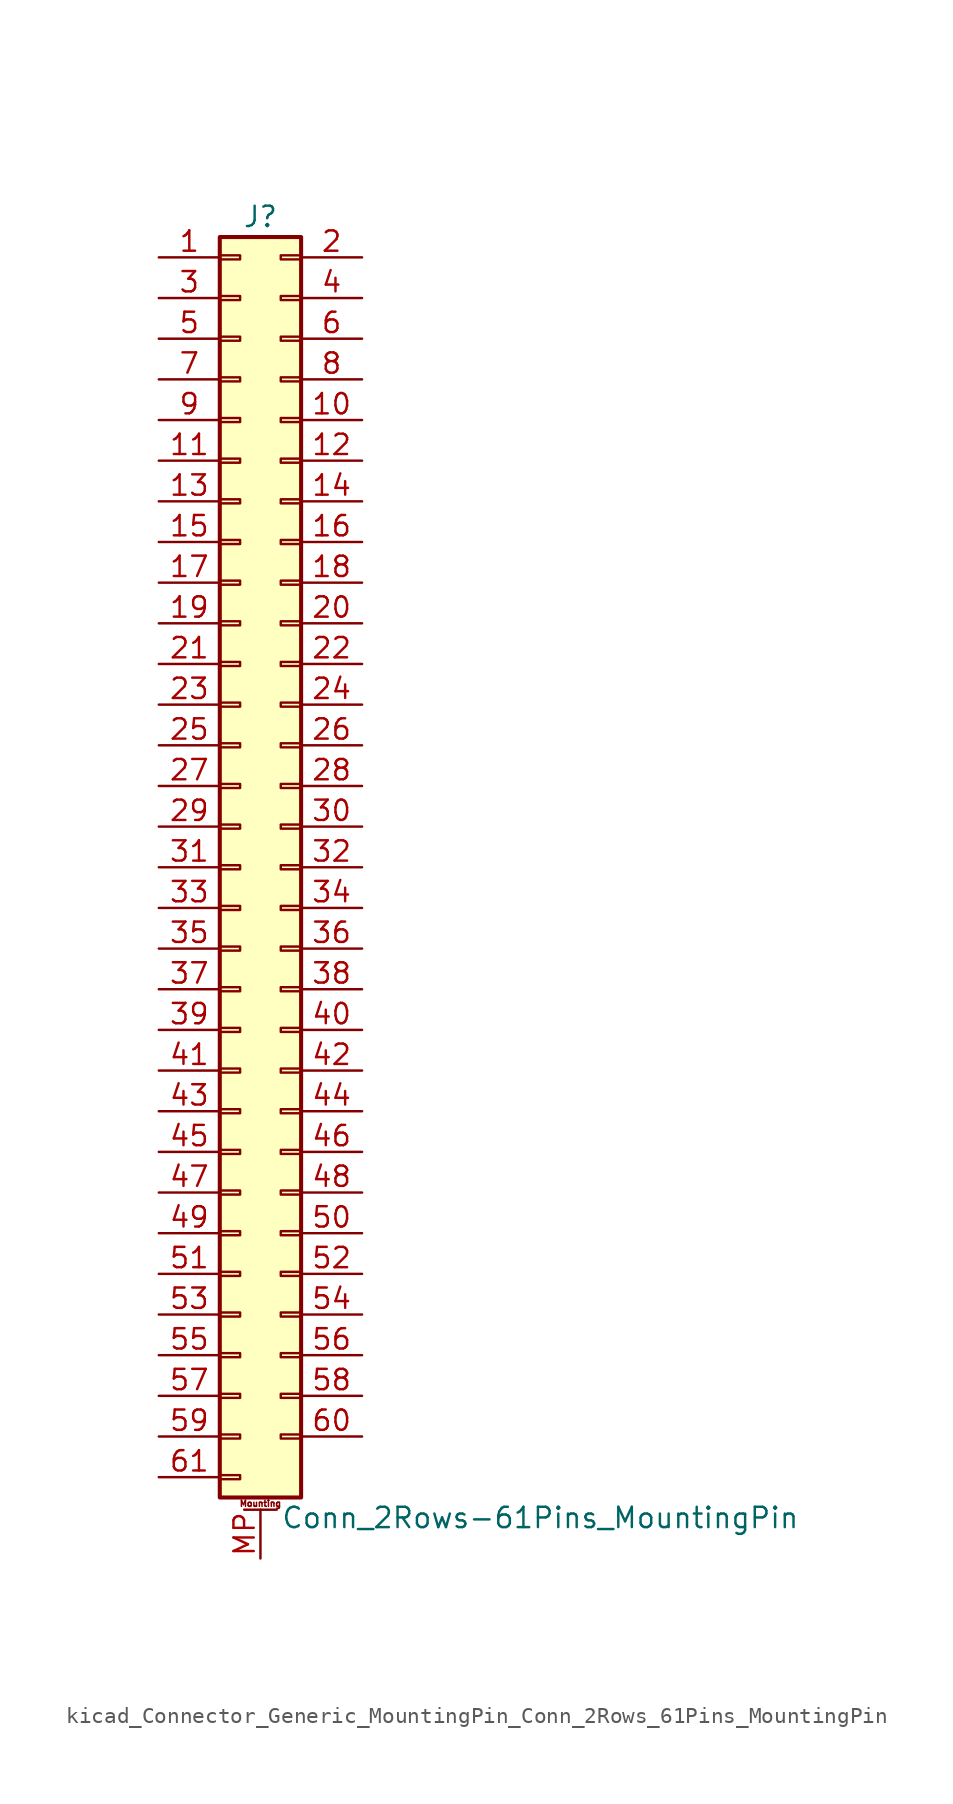
<source format=kicad_sym>
(kicad_symbol_lib
  (version 20220914)
  (generator kicad_symbol_editor)
  (symbol "kicad_Connector_Generic_MountingPin_Conn_2Rows_61Pins_MountingPin"
    (pin_names
      (offset 1.016) hide)
    (property "Reference" "J"
      (at 1.27 40.64 0)
      (effects (font (size 1.27 1.27))))
    (property "Value" "Conn_2Rows-61Pins_MountingPin"
      (at 2.54 -40.64 0)
      (effects (font (size 1.27 1.27)) (justify left)))
    (symbol "kicad_Connector_Generic_MountingPin_Conn_2Rows_61Pins_MountingPin_1_1"
      (rectangle (start -1.27 -37.973) (end 0 -38.227) (stroke (width 0.152) (type default)) (fill (type none)))
      (rectangle (start -1.27 -35.433) (end 0 -35.687) (stroke (width 0.152) (type default)) (fill (type none)))
      (rectangle (start -1.27 -32.893) (end 0 -33.147) (stroke (width 0.152) (type default)) (fill (type none)))
      (rectangle (start -1.27 -30.353) (end 0 -30.607) (stroke (width 0.152) (type default)) (fill (type none)))
      (rectangle (start -1.27 -27.813) (end 0 -28.067) (stroke (width 0.152) (type default)) (fill (type none)))
      (rectangle (start -1.27 -25.273) (end 0 -25.527) (stroke (width 0.152) (type default)) (fill (type none)))
      (rectangle (start -1.27 -22.733) (end 0 -22.987) (stroke (width 0.152) (type default)) (fill (type none)))
      (rectangle (start -1.27 -20.193) (end 0 -20.447) (stroke (width 0.152) (type default)) (fill (type none)))
      (rectangle (start -1.27 -17.653) (end 0 -17.907) (stroke (width 0.152) (type default)) (fill (type none)))
      (rectangle (start -1.27 -15.113) (end 0 -15.367) (stroke (width 0.152) (type default)) (fill (type none)))
      (rectangle (start -1.27 -12.573) (end 0 -12.827) (stroke (width 0.152) (type default)) (fill (type none)))
      (rectangle (start -1.27 -10.033) (end 0 -10.287) (stroke (width 0.152) (type default)) (fill (type none)))
      (rectangle (start -1.27 -7.493) (end 0 -7.747) (stroke (width 0.152) (type default)) (fill (type none)))
      (rectangle (start -1.27 -4.953) (end 0 -5.207) (stroke (width 0.152) (type default)) (fill (type none)))
      (rectangle (start -1.27 -2.413) (end 0 -2.667) (stroke (width 0.152) (type default)) (fill (type none)))
      (rectangle (start -1.27 0.127) (end 0 -0.127) (stroke (width 0.152) (type default)) (fill (type none)))
      (rectangle (start -1.27 2.667) (end 0 2.413) (stroke (width 0.152) (type default)) (fill (type none)))
      (rectangle (start -1.27 5.207) (end 0 4.953) (stroke (width 0.152) (type default)) (fill (type none)))
      (rectangle (start -1.27 7.747) (end 0 7.493) (stroke (width 0.152) (type default)) (fill (type none)))
      (rectangle (start -1.27 10.287) (end 0 10.033) (stroke (width 0.152) (type default)) (fill (type none)))
      (rectangle (start -1.27 12.827) (end 0 12.573) (stroke (width 0.152) (type default)) (fill (type none)))
      (rectangle (start -1.27 15.367) (end 0 15.113) (stroke (width 0.152) (type default)) (fill (type none)))
      (rectangle (start -1.27 17.907) (end 0 17.653) (stroke (width 0.152) (type default)) (fill (type none)))
      (rectangle (start -1.27 20.447) (end 0 20.193) (stroke (width 0.152) (type default)) (fill (type none)))
      (rectangle (start -1.27 22.987) (end 0 22.733) (stroke (width 0.152) (type default)) (fill (type none)))
      (rectangle (start -1.27 25.527) (end 0 25.273) (stroke (width 0.152) (type default)) (fill (type none)))
      (rectangle (start -1.27 28.067) (end 0 27.813) (stroke (width 0.152) (type default)) (fill (type none)))
      (rectangle (start -1.27 30.607) (end 0 30.353) (stroke (width 0.152) (type default)) (fill (type none)))
      (rectangle (start -1.27 33.147) (end 0 32.893) (stroke (width 0.152) (type default)) (fill (type none)))
      (rectangle (start -1.27 35.687) (end 0 35.433) (stroke (width 0.152) (type default)) (fill (type none)))
      (rectangle (start -1.27 38.227) (end 0 37.973) (stroke (width 0.152) (type default)) (fill (type none)))
      (rectangle (start -1.27 39.37) (end 3.81 -39.37) (stroke (width 0.254) (type default)) (fill (type background)))
      (polyline (pts (xy 0.254 -40.132) (xy 2.286 -40.132)) (stroke (width 0.152) (type default)) (fill (type none)))
      (rectangle (start 3.81 -35.433) (end 2.54 -35.687) (stroke (width 0.152) (type default)) (fill (type none)))
      (rectangle (start 3.81 -32.893) (end 2.54 -33.147) (stroke (width 0.152) (type default)) (fill (type none)))
      (rectangle (start 3.81 -30.353) (end 2.54 -30.607) (stroke (width 0.152) (type default)) (fill (type none)))
      (rectangle (start 3.81 -27.813) (end 2.54 -28.067) (stroke (width 0.152) (type default)) (fill (type none)))
      (rectangle (start 3.81 -25.273) (end 2.54 -25.527) (stroke (width 0.152) (type default)) (fill (type none)))
      (rectangle (start 3.81 -22.733) (end 2.54 -22.987) (stroke (width 0.152) (type default)) (fill (type none)))
      (rectangle (start 3.81 -20.193) (end 2.54 -20.447) (stroke (width 0.152) (type default)) (fill (type none)))
      (rectangle (start 3.81 -17.653) (end 2.54 -17.907) (stroke (width 0.152) (type default)) (fill (type none)))
      (rectangle (start 3.81 -15.113) (end 2.54 -15.367) (stroke (width 0.152) (type default)) (fill (type none)))
      (rectangle (start 3.81 -12.573) (end 2.54 -12.827) (stroke (width 0.152) (type default)) (fill (type none)))
      (rectangle (start 3.81 -10.033) (end 2.54 -10.287) (stroke (width 0.152) (type default)) (fill (type none)))
      (rectangle (start 3.81 -7.493) (end 2.54 -7.747) (stroke (width 0.152) (type default)) (fill (type none)))
      (rectangle (start 3.81 -4.953) (end 2.54 -5.207) (stroke (width 0.152) (type default)) (fill (type none)))
      (rectangle (start 3.81 -2.413) (end 2.54 -2.667) (stroke (width 0.152) (type default)) (fill (type none)))
      (rectangle (start 3.81 0.127) (end 2.54 -0.127) (stroke (width 0.152) (type default)) (fill (type none)))
      (rectangle (start 3.81 2.667) (end 2.54 2.413) (stroke (width 0.152) (type default)) (fill (type none)))
      (rectangle (start 3.81 5.207) (end 2.54 4.953) (stroke (width 0.152) (type default)) (fill (type none)))
      (rectangle (start 3.81 7.747) (end 2.54 7.493) (stroke (width 0.152) (type default)) (fill (type none)))
      (rectangle (start 3.81 10.287) (end 2.54 10.033) (stroke (width 0.152) (type default)) (fill (type none)))
      (rectangle (start 3.81 12.827) (end 2.54 12.573) (stroke (width 0.152) (type default)) (fill (type none)))
      (rectangle (start 3.81 15.367) (end 2.54 15.113) (stroke (width 0.152) (type default)) (fill (type none)))
      (rectangle (start 3.81 17.907) (end 2.54 17.653) (stroke (width 0.152) (type default)) (fill (type none)))
      (rectangle (start 3.81 20.447) (end 2.54 20.193) (stroke (width 0.152) (type default)) (fill (type none)))
      (rectangle (start 3.81 22.987) (end 2.54 22.733) (stroke (width 0.152) (type default)) (fill (type none)))
      (rectangle (start 3.81 25.527) (end 2.54 25.273) (stroke (width 0.152) (type default)) (fill (type none)))
      (rectangle (start 3.81 28.067) (end 2.54 27.813) (stroke (width 0.152) (type default)) (fill (type none)))
      (rectangle (start 3.81 30.607) (end 2.54 30.353) (stroke (width 0.152) (type default)) (fill (type none)))
      (rectangle (start 3.81 33.147) (end 2.54 32.893) (stroke (width 0.152) (type default)) (fill (type none)))
      (rectangle (start 3.81 35.687) (end 2.54 35.433) (stroke (width 0.152) (type default)) (fill (type none)))
      (rectangle (start 3.81 38.227) (end 2.54 37.973) (stroke (width 0.152) (type default)) (fill (type none)))
      (text "Mounting" (at 1.27 -39.751 0) (effects (font (size 0.381 0.381))))
      (pin passive line (at -5.08 38.1 0) (length 3.81) (name "Pin_1" (effects (font (size 1.27 1.27)))) (number "1" (effects (font (size 1.27 1.27)))))
      (pin passive line (at 7.62 27.94 180) (length 3.81) (name "Pin_10" (effects (font (size 1.27 1.27)))) (number "10" (effects (font (size 1.27 1.27)))))
      (pin passive line (at -5.08 25.4 0) (length 3.81) (name "Pin_11" (effects (font (size 1.27 1.27)))) (number "11" (effects (font (size 1.27 1.27)))))
      (pin passive line (at 7.62 25.4 180) (length 3.81) (name "Pin_12" (effects (font (size 1.27 1.27)))) (number "12" (effects (font (size 1.27 1.27)))))
      (pin passive line (at -5.08 22.86 0) (length 3.81) (name "Pin_13" (effects (font (size 1.27 1.27)))) (number "13" (effects (font (size 1.27 1.27)))))
      (pin passive line (at 7.62 22.86 180) (length 3.81) (name "Pin_14" (effects (font (size 1.27 1.27)))) (number "14" (effects (font (size 1.27 1.27)))))
      (pin passive line (at -5.08 20.32 0) (length 3.81) (name "Pin_15" (effects (font (size 1.27 1.27)))) (number "15" (effects (font (size 1.27 1.27)))))
      (pin passive line (at 7.62 20.32 180) (length 3.81) (name "Pin_16" (effects (font (size 1.27 1.27)))) (number "16" (effects (font (size 1.27 1.27)))))
      (pin passive line (at -5.08 17.78 0) (length 3.81) (name "Pin_17" (effects (font (size 1.27 1.27)))) (number "17" (effects (font (size 1.27 1.27)))))
      (pin passive line (at 7.62 17.78 180) (length 3.81) (name "Pin_18" (effects (font (size 1.27 1.27)))) (number "18" (effects (font (size 1.27 1.27)))))
      (pin passive line (at -5.08 15.24 0) (length 3.81) (name "Pin_19" (effects (font (size 1.27 1.27)))) (number "19" (effects (font (size 1.27 1.27)))))
      (pin passive line (at 7.62 38.1 180) (length 3.81) (name "Pin_2" (effects (font (size 1.27 1.27)))) (number "2" (effects (font (size 1.27 1.27)))))
      (pin passive line (at 7.62 15.24 180) (length 3.81) (name "Pin_20" (effects (font (size 1.27 1.27)))) (number "20" (effects (font (size 1.27 1.27)))))
      (pin passive line (at -5.08 12.7 0) (length 3.81) (name "Pin_21" (effects (font (size 1.27 1.27)))) (number "21" (effects (font (size 1.27 1.27)))))
      (pin passive line (at 7.62 12.7 180) (length 3.81) (name "Pin_22" (effects (font (size 1.27 1.27)))) (number "22" (effects (font (size 1.27 1.27)))))
      (pin passive line (at -5.08 10.16 0) (length 3.81) (name "Pin_23" (effects (font (size 1.27 1.27)))) (number "23" (effects (font (size 1.27 1.27)))))
      (pin passive line (at 7.62 10.16 180) (length 3.81) (name "Pin_24" (effects (font (size 1.27 1.27)))) (number "24" (effects (font (size 1.27 1.27)))))
      (pin passive line (at -5.08 7.62 0) (length 3.81) (name "Pin_25" (effects (font (size 1.27 1.27)))) (number "25" (effects (font (size 1.27 1.27)))))
      (pin passive line (at 7.62 7.62 180) (length 3.81) (name "Pin_26" (effects (font (size 1.27 1.27)))) (number "26" (effects (font (size 1.27 1.27)))))
      (pin passive line (at -5.08 5.08 0) (length 3.81) (name "Pin_27" (effects (font (size 1.27 1.27)))) (number "27" (effects (font (size 1.27 1.27)))))
      (pin passive line (at 7.62 5.08 180) (length 3.81) (name "Pin_28" (effects (font (size 1.27 1.27)))) (number "28" (effects (font (size 1.27 1.27)))))
      (pin passive line (at -5.08 2.54 0) (length 3.81) (name "Pin_29" (effects (font (size 1.27 1.27)))) (number "29" (effects (font (size 1.27 1.27)))))
      (pin passive line (at -5.08 35.56 0) (length 3.81) (name "Pin_3" (effects (font (size 1.27 1.27)))) (number "3" (effects (font (size 1.27 1.27)))))
      (pin passive line (at 7.62 2.54 180) (length 3.81) (name "Pin_30" (effects (font (size 1.27 1.27)))) (number "30" (effects (font (size 1.27 1.27)))))
      (pin passive line (at -5.08 0 0) (length 3.81) (name "Pin_31" (effects (font (size 1.27 1.27)))) (number "31" (effects (font (size 1.27 1.27)))))
      (pin passive line (at 7.62 0 180) (length 3.81) (name "Pin_32" (effects (font (size 1.27 1.27)))) (number "32" (effects (font (size 1.27 1.27)))))
      (pin passive line (at -5.08 -2.54 0) (length 3.81) (name "Pin_33" (effects (font (size 1.27 1.27)))) (number "33" (effects (font (size 1.27 1.27)))))
      (pin passive line (at 7.62 -2.54 180) (length 3.81) (name "Pin_34" (effects (font (size 1.27 1.27)))) (number "34" (effects (font (size 1.27 1.27)))))
      (pin passive line (at -5.08 -5.08 0) (length 3.81) (name "Pin_35" (effects (font (size 1.27 1.27)))) (number "35" (effects (font (size 1.27 1.27)))))
      (pin passive line (at 7.62 -5.08 180) (length 3.81) (name "Pin_36" (effects (font (size 1.27 1.27)))) (number "36" (effects (font (size 1.27 1.27)))))
      (pin passive line (at -5.08 -7.62 0) (length 3.81) (name "Pin_37" (effects (font (size 1.27 1.27)))) (number "37" (effects (font (size 1.27 1.27)))))
      (pin passive line (at 7.62 -7.62 180) (length 3.81) (name "Pin_38" (effects (font (size 1.27 1.27)))) (number "38" (effects (font (size 1.27 1.27)))))
      (pin passive line (at -5.08 -10.16 0) (length 3.81) (name "Pin_39" (effects (font (size 1.27 1.27)))) (number "39" (effects (font (size 1.27 1.27)))))
      (pin passive line (at 7.62 35.56 180) (length 3.81) (name "Pin_4" (effects (font (size 1.27 1.27)))) (number "4" (effects (font (size 1.27 1.27)))))
      (pin passive line (at 7.62 -10.16 180) (length 3.81) (name "Pin_40" (effects (font (size 1.27 1.27)))) (number "40" (effects (font (size 1.27 1.27)))))
      (pin passive line (at -5.08 -12.7 0) (length 3.81) (name "Pin_41" (effects (font (size 1.27 1.27)))) (number "41" (effects (font (size 1.27 1.27)))))
      (pin passive line (at 7.62 -12.7 180) (length 3.81) (name "Pin_42" (effects (font (size 1.27 1.27)))) (number "42" (effects (font (size 1.27 1.27)))))
      (pin passive line (at -5.08 -15.24 0) (length 3.81) (name "Pin_43" (effects (font (size 1.27 1.27)))) (number "43" (effects (font (size 1.27 1.27)))))
      (pin passive line (at 7.62 -15.24 180) (length 3.81) (name "Pin_44" (effects (font (size 1.27 1.27)))) (number "44" (effects (font (size 1.27 1.27)))))
      (pin passive line (at -5.08 -17.78 0) (length 3.81) (name "Pin_45" (effects (font (size 1.27 1.27)))) (number "45" (effects (font (size 1.27 1.27)))))
      (pin passive line (at 7.62 -17.78 180) (length 3.81) (name "Pin_46" (effects (font (size 1.27 1.27)))) (number "46" (effects (font (size 1.27 1.27)))))
      (pin passive line (at -5.08 -20.32 0) (length 3.81) (name "Pin_47" (effects (font (size 1.27 1.27)))) (number "47" (effects (font (size 1.27 1.27)))))
      (pin passive line (at 7.62 -20.32 180) (length 3.81) (name "Pin_48" (effects (font (size 1.27 1.27)))) (number "48" (effects (font (size 1.27 1.27)))))
      (pin passive line (at -5.08 -22.86 0) (length 3.81) (name "Pin_49" (effects (font (size 1.27 1.27)))) (number "49" (effects (font (size 1.27 1.27)))))
      (pin passive line (at -5.08 33.02 0) (length 3.81) (name "Pin_5" (effects (font (size 1.27 1.27)))) (number "5" (effects (font (size 1.27 1.27)))))
      (pin passive line (at 7.62 -22.86 180) (length 3.81) (name "Pin_50" (effects (font (size 1.27 1.27)))) (number "50" (effects (font (size 1.27 1.27)))))
      (pin passive line (at -5.08 -25.4 0) (length 3.81) (name "Pin_51" (effects (font (size 1.27 1.27)))) (number "51" (effects (font (size 1.27 1.27)))))
      (pin passive line (at 7.62 -25.4 180) (length 3.81) (name "Pin_52" (effects (font (size 1.27 1.27)))) (number "52" (effects (font (size 1.27 1.27)))))
      (pin passive line (at -5.08 -27.94 0) (length 3.81) (name "Pin_53" (effects (font (size 1.27 1.27)))) (number "53" (effects (font (size 1.27 1.27)))))
      (pin passive line (at 7.62 -27.94 180) (length 3.81) (name "Pin_54" (effects (font (size 1.27 1.27)))) (number "54" (effects (font (size 1.27 1.27)))))
      (pin passive line (at -5.08 -30.48 0) (length 3.81) (name "Pin_55" (effects (font (size 1.27 1.27)))) (number "55" (effects (font (size 1.27 1.27)))))
      (pin passive line (at 7.62 -30.48 180) (length 3.81) (name "Pin_56" (effects (font (size 1.27 1.27)))) (number "56" (effects (font (size 1.27 1.27)))))
      (pin passive line (at -5.08 -33.02 0) (length 3.81) (name "Pin_57" (effects (font (size 1.27 1.27)))) (number "57" (effects (font (size 1.27 1.27)))))
      (pin passive line (at 7.62 -33.02 180) (length 3.81) (name "Pin_58" (effects (font (size 1.27 1.27)))) (number "58" (effects (font (size 1.27 1.27)))))
      (pin passive line (at -5.08 -35.56 0) (length 3.81) (name "Pin_59" (effects (font (size 1.27 1.27)))) (number "59" (effects (font (size 1.27 1.27)))))
      (pin passive line (at 7.62 33.02 180) (length 3.81) (name "Pin_6" (effects (font (size 1.27 1.27)))) (number "6" (effects (font (size 1.27 1.27)))))
      (pin passive line (at 7.62 -35.56 180) (length 3.81) (name "Pin_60" (effects (font (size 1.27 1.27)))) (number "60" (effects (font (size 1.27 1.27)))))
      (pin passive line (at -5.08 -38.1 0) (length 3.81) (name "Pin_61" (effects (font (size 1.27 1.27)))) (number "61" (effects (font (size 1.27 1.27)))))
      (pin passive line (at -5.08 30.48 0) (length 3.81) (name "Pin_7" (effects (font (size 1.27 1.27)))) (number "7" (effects (font (size 1.27 1.27)))))
      (pin passive line (at 7.62 30.48 180) (length 3.81) (name "Pin_8" (effects (font (size 1.27 1.27)))) (number "8" (effects (font (size 1.27 1.27)))))
      (pin passive line (at -5.08 27.94 0) (length 3.81) (name "Pin_9" (effects (font (size 1.27 1.27)))) (number "9" (effects (font (size 1.27 1.27)))))
      (pin passive line (at 1.27 -43.18 90) (length 3.048) (name "MountPin" (effects (font (size 1.27 1.27)))) (number "MP" (effects (font (size 1.27 1.27))))))))
</source>
